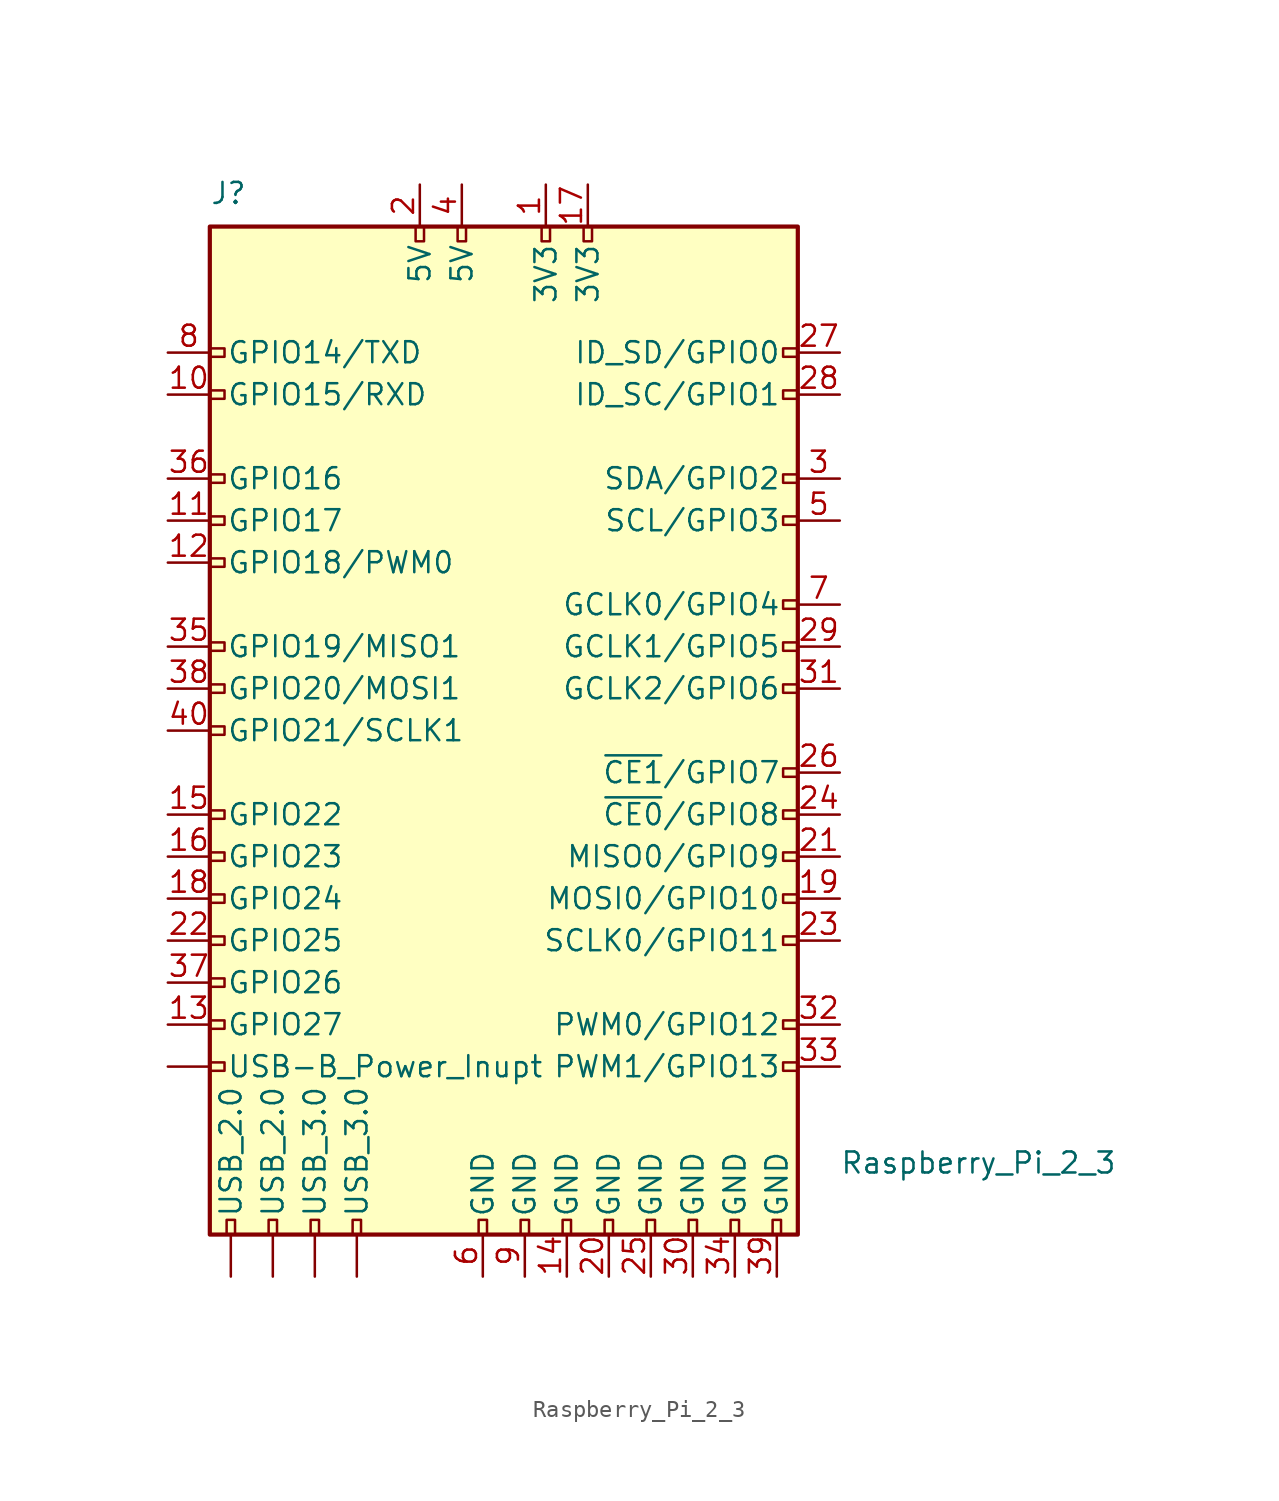
<source format=kicad_sym>
(kicad_symbol_lib
  (version 20220914)
  (generator kicad_symbol_editor)
  (symbol "Raspberry_Pi_2_3"
    (pin_names
      (offset 1.016))
    (property "Reference" "J"
      (at -17.78 31.75 0)
      (effects (font (size 1.27 1.27)) (justify left bottom)))
    (property "Value" "Raspberry_Pi_2_3"
      (at 20.32 -25.4 0)
      (effects (font (size 1.27 1.27)) (justify left top)))
    (symbol "Raspberry_Pi_2_3_0_1"
      (rectangle (start -17.78 30.48) (end 17.78 -30.48) (stroke (width 0.254) (type default)) (fill (type background))))
    (symbol "Raspberry_Pi_2_3_1_1"
      (rectangle (start -17.78 -20.574) (end -16.891 -20.066) (stroke (width 0) (type default)) (fill (type none)))
      (rectangle (start -16.891 -17.526) (end -17.78 -18.034) (stroke (width 0) (type default)) (fill (type none)))
      (rectangle (start -16.891 -14.986) (end -17.78 -15.494) (stroke (width 0) (type default)) (fill (type none)))
      (rectangle (start -16.891 -12.446) (end -17.78 -12.954) (stroke (width 0) (type default)) (fill (type none)))
      (rectangle (start -16.891 -9.906) (end -17.78 -10.414) (stroke (width 0) (type default)) (fill (type none)))
      (rectangle (start -16.891 -7.366) (end -17.78 -7.874) (stroke (width 0) (type default)) (fill (type none)))
      (rectangle (start -16.891 -4.826) (end -17.78 -5.334) (stroke (width 0) (type default)) (fill (type none)))
      (rectangle (start -16.891 0.254) (end -17.78 -0.254) (stroke (width 0) (type default)) (fill (type none)))
      (rectangle (start -16.891 2.794) (end -17.78 2.286) (stroke (width 0) (type default)) (fill (type none)))
      (rectangle (start -16.891 5.334) (end -17.78 4.826) (stroke (width 0) (type default)) (fill (type none)))
      (rectangle (start -16.891 10.414) (end -17.78 9.906) (stroke (width 0) (type default)) (fill (type none)))
      (rectangle (start -16.891 12.954) (end -17.78 12.446) (stroke (width 0) (type default)) (fill (type none)))
      (rectangle (start -16.891 15.494) (end -17.78 14.986) (stroke (width 0) (type default)) (fill (type none)))
      (rectangle (start -16.891 20.574) (end -17.78 20.066) (stroke (width 0) (type default)) (fill (type none)))
      (rectangle (start -16.891 23.114) (end -17.78 22.606) (stroke (width 0) (type default)) (fill (type none)))
      (rectangle (start -16.764 -29.591) (end -16.256 -30.48) (stroke (width 0) (type default)) (fill (type none)))
      (rectangle (start -14.224 -29.591) (end -13.716 -30.48) (stroke (width 0) (type default)) (fill (type none)))
      (rectangle (start -11.684 -29.591) (end -11.176 -30.48) (stroke (width 0) (type default)) (fill (type none)))
      (rectangle (start -9.144 -29.591) (end -8.636 -30.48) (stroke (width 0) (type default)) (fill (type none)))
      (rectangle (start -5.334 30.48) (end -4.826 29.591) (stroke (width 0) (type default)) (fill (type none)))
      (rectangle (start -2.794 30.48) (end -2.286 29.591) (stroke (width 0) (type default)) (fill (type none)))
      (rectangle (start -1.524 -29.591) (end -1.016 -30.48) (stroke (width 0) (type default)) (fill (type none)))
      (rectangle (start 1.016 -29.591) (end 1.524 -30.48) (stroke (width 0) (type default)) (fill (type none)))
      (rectangle (start 2.286 30.48) (end 2.794 29.591) (stroke (width 0) (type default)) (fill (type none)))
      (rectangle (start 3.556 -29.591) (end 4.064 -30.48) (stroke (width 0) (type default)) (fill (type none)))
      (rectangle (start 4.826 30.48) (end 5.334 29.591) (stroke (width 0) (type default)) (fill (type none)))
      (rectangle (start 6.096 -29.591) (end 6.604 -30.48) (stroke (width 0) (type default)) (fill (type none)))
      (rectangle (start 8.636 -29.591) (end 9.144 -30.48) (stroke (width 0) (type default)) (fill (type none)))
      (rectangle (start 11.176 -29.591) (end 11.684 -30.48) (stroke (width 0) (type default)) (fill (type none)))
      (rectangle (start 13.716 -29.591) (end 14.224 -30.48) (stroke (width 0) (type default)) (fill (type none)))
      (rectangle (start 16.256 -29.591) (end 16.764 -30.48) (stroke (width 0) (type default)) (fill (type none)))
      (rectangle (start 17.78 -20.066) (end 16.891 -20.574) (stroke (width 0) (type default)) (fill (type none)))
      (rectangle (start 17.78 -17.526) (end 16.891 -18.034) (stroke (width 0) (type default)) (fill (type none)))
      (rectangle (start 17.78 -12.446) (end 16.891 -12.954) (stroke (width 0) (type default)) (fill (type none)))
      (rectangle (start 17.78 -9.906) (end 16.891 -10.414) (stroke (width 0) (type default)) (fill (type none)))
      (rectangle (start 17.78 -7.366) (end 16.891 -7.874) (stroke (width 0) (type default)) (fill (type none)))
      (rectangle (start 17.78 -4.826) (end 16.891 -5.334) (stroke (width 0) (type default)) (fill (type none)))
      (rectangle (start 17.78 -2.286) (end 16.891 -2.794) (stroke (width 0) (type default)) (fill (type none)))
      (rectangle (start 17.78 2.794) (end 16.891 2.286) (stroke (width 0) (type default)) (fill (type none)))
      (rectangle (start 17.78 5.334) (end 16.891 4.826) (stroke (width 0) (type default)) (fill (type none)))
      (rectangle (start 17.78 7.874) (end 16.891 7.366) (stroke (width 0) (type default)) (fill (type none)))
      (rectangle (start 17.78 12.954) (end 16.891 12.446) (stroke (width 0) (type default)) (fill (type none)))
      (rectangle (start 17.78 15.494) (end 16.891 14.986) (stroke (width 0) (type default)) (fill (type none)))
      (rectangle (start 17.78 20.574) (end 16.891 20.066) (stroke (width 0) (type default)) (fill (type none)))
      (rectangle (start 17.78 23.114) (end 16.891 22.606) (stroke (width 0) (type default)) (fill (type none)))
      (pin power_in line (at -20.32 -20.32 0) (length 2.54) (name "USB-B_Power_Inupt" (effects (font (size 1.27 1.27)))) (number "" (effects (font (size 1.27 1.27)))))
      (pin input line (at -16.51 -33.02 90) (length 2.54) (name "USB_2.0" (effects (font (size 1.27 1.27)))) (number "" (effects (font (size 1.27 1.27)))))
      (pin input line (at -13.97 -33.02 90) (length 2.54) (name "USB_2.0" (effects (font (size 1.27 1.27)))) (number "" (effects (font (size 1.27 1.27)))))
      (pin input line (at -11.43 -33.02 90) (length 2.54) (name "USB_3.0" (effects (font (size 1.27 1.27)))) (number "" (effects (font (size 1.27 1.27)))))
      (pin input line (at -8.89 -33.02 90) (length 2.54) (name "USB_3.0" (effects (font (size 1.27 1.27)))) (number "" (effects (font (size 1.27 1.27)))))
      (pin power_out line (at 2.54 33.02 270) (length 2.54) (name "3V3" (effects (font (size 1.27 1.27)))) (number "1" (effects (font (size 1.27 1.27)))))
      (pin bidirectional line (at -20.32 20.32 0) (length 2.54) (name "GPIO15/RXD" (effects (font (size 1.27 1.27)))) (number "10" (effects (font (size 1.27 1.27)))))
      (pin bidirectional line (at -20.32 12.7 0) (length 2.54) (name "GPIO17" (effects (font (size 1.27 1.27)))) (number "11" (effects (font (size 1.27 1.27)))))
      (pin bidirectional line (at -20.32 10.16 0) (length 2.54) (name "GPIO18/PWM0" (effects (font (size 1.27 1.27)))) (number "12" (effects (font (size 1.27 1.27)))))
      (pin bidirectional line (at -20.32 -17.78 0) (length 2.54) (name "GPIO27" (effects (font (size 1.27 1.27)))) (number "13" (effects (font (size 1.27 1.27)))))
      (pin power_in line (at 3.81 -33.02 90) (length 2.54) (name "GND" (effects (font (size 1.27 1.27)))) (number "14" (effects (font (size 1.27 1.27)))))
      (pin bidirectional line (at -20.32 -5.08 0) (length 2.54) (name "GPIO22" (effects (font (size 1.27 1.27)))) (number "15" (effects (font (size 1.27 1.27)))))
      (pin bidirectional line (at -20.32 -7.62 0) (length 2.54) (name "GPIO23" (effects (font (size 1.27 1.27)))) (number "16" (effects (font (size 1.27 1.27)))))
      (pin power_out line (at 5.08 33.02 270) (length 2.54) (name "3V3" (effects (font (size 1.27 1.27)))) (number "17" (effects (font (size 1.27 1.27)))))
      (pin bidirectional line (at -20.32 -10.16 0) (length 2.54) (name "GPIO24" (effects (font (size 1.27 1.27)))) (number "18" (effects (font (size 1.27 1.27)))))
      (pin bidirectional line (at 20.32 -10.16 180) (length 2.54) (name "MOSI0/GPIO10" (effects (font (size 1.27 1.27)))) (number "19" (effects (font (size 1.27 1.27)))))
      (pin power_out line (at -5.08 33.02 270) (length 2.54) (name "5V" (effects (font (size 1.27 1.27)))) (number "2" (effects (font (size 1.27 1.27)))))
      (pin power_in line (at 6.35 -33.02 90) (length 2.54) (name "GND" (effects (font (size 1.27 1.27)))) (number "20" (effects (font (size 1.27 1.27)))))
      (pin bidirectional line (at 20.32 -7.62 180) (length 2.54) (name "MISO0/GPIO9" (effects (font (size 1.27 1.27)))) (number "21" (effects (font (size 1.27 1.27)))))
      (pin bidirectional line (at -20.32 -12.7 0) (length 2.54) (name "GPIO25" (effects (font (size 1.27 1.27)))) (number "22" (effects (font (size 1.27 1.27)))))
      (pin bidirectional line (at 20.32 -12.7 180) (length 2.54) (name "SCLK0/GPIO11" (effects (font (size 1.27 1.27)))) (number "23" (effects (font (size 1.27 1.27)))))
      (pin bidirectional line (at 20.32 -5.08 180) (length 2.54) (name "~{CE0}/GPIO8" (effects (font (size 1.27 1.27)))) (number "24" (effects (font (size 1.27 1.27)))))
      (pin power_in line (at 8.89 -33.02 90) (length 2.54) (name "GND" (effects (font (size 1.27 1.27)))) (number "25" (effects (font (size 1.27 1.27)))))
      (pin bidirectional line (at 20.32 -2.54 180) (length 2.54) (name "~{CE1}/GPIO7" (effects (font (size 1.27 1.27)))) (number "26" (effects (font (size 1.27 1.27)))))
      (pin bidirectional line (at 20.32 22.86 180) (length 2.54) (name "ID_SD/GPIO0" (effects (font (size 1.27 1.27)))) (number "27" (effects (font (size 1.27 1.27)))))
      (pin bidirectional line (at 20.32 20.32 180) (length 2.54) (name "ID_SC/GPIO1" (effects (font (size 1.27 1.27)))) (number "28" (effects (font (size 1.27 1.27)))))
      (pin bidirectional line (at 20.32 5.08 180) (length 2.54) (name "GCLK1/GPIO5" (effects (font (size 1.27 1.27)))) (number "29" (effects (font (size 1.27 1.27)))))
      (pin bidirectional line (at 20.32 15.24 180) (length 2.54) (name "SDA/GPIO2" (effects (font (size 1.27 1.27)))) (number "3" (effects (font (size 1.27 1.27)))))
      (pin power_in line (at 11.43 -33.02 90) (length 2.54) (name "GND" (effects (font (size 1.27 1.27)))) (number "30" (effects (font (size 1.27 1.27)))))
      (pin bidirectional line (at 20.32 2.54 180) (length 2.54) (name "GCLK2/GPIO6" (effects (font (size 1.27 1.27)))) (number "31" (effects (font (size 1.27 1.27)))))
      (pin bidirectional line (at 20.32 -17.78 180) (length 2.54) (name "PWM0/GPIO12" (effects (font (size 1.27 1.27)))) (number "32" (effects (font (size 1.27 1.27)))))
      (pin bidirectional line (at 20.32 -20.32 180) (length 2.54) (name "PWM1/GPIO13" (effects (font (size 1.27 1.27)))) (number "33" (effects (font (size 1.27 1.27)))))
      (pin power_in line (at 13.97 -33.02 90) (length 2.54) (name "GND" (effects (font (size 1.27 1.27)))) (number "34" (effects (font (size 1.27 1.27)))))
      (pin bidirectional line (at -20.32 5.08 0) (length 2.54) (name "GPIO19/MISO1" (effects (font (size 1.27 1.27)))) (number "35" (effects (font (size 1.27 1.27)))))
      (pin bidirectional line (at -20.32 15.24 0) (length 2.54) (name "GPIO16" (effects (font (size 1.27 1.27)))) (number "36" (effects (font (size 1.27 1.27)))))
      (pin bidirectional line (at -20.32 -15.24 0) (length 2.54) (name "GPIO26" (effects (font (size 1.27 1.27)))) (number "37" (effects (font (size 1.27 1.27)))))
      (pin bidirectional line (at -20.32 2.54 0) (length 2.54) (name "GPIO20/MOSI1" (effects (font (size 1.27 1.27)))) (number "38" (effects (font (size 1.27 1.27)))))
      (pin power_in line (at 16.51 -33.02 90) (length 2.54) (name "GND" (effects (font (size 1.27 1.27)))) (number "39" (effects (font (size 1.27 1.27)))))
      (pin power_out line (at -2.54 33.02 270) (length 2.54) (name "5V" (effects (font (size 1.27 1.27)))) (number "4" (effects (font (size 1.27 1.27)))))
      (pin bidirectional line (at -20.32 0 0) (length 2.54) (name "GPIO21/SCLK1" (effects (font (size 1.27 1.27)))) (number "40" (effects (font (size 1.27 1.27)))))
      (pin bidirectional line (at 20.32 12.7 180) (length 2.54) (name "SCL/GPIO3" (effects (font (size 1.27 1.27)))) (number "5" (effects (font (size 1.27 1.27)))))
      (pin power_in line (at -1.27 -33.02 90) (length 2.54) (name "GND" (effects (font (size 1.27 1.27)))) (number "6" (effects (font (size 1.27 1.27)))))
      (pin bidirectional line (at 20.32 7.62 180) (length 2.54) (name "GCLK0/GPIO4" (effects (font (size 1.27 1.27)))) (number "7" (effects (font (size 1.27 1.27)))))
      (pin bidirectional line (at -20.32 22.86 0) (length 2.54) (name "GPIO14/TXD" (effects (font (size 1.27 1.27)))) (number "8" (effects (font (size 1.27 1.27)))))
      (pin power_in line (at 1.27 -33.02 90) (length 2.54) (name "GND" (effects (font (size 1.27 1.27)))) (number "9" (effects (font (size 1.27 1.27))))))))
</source>
